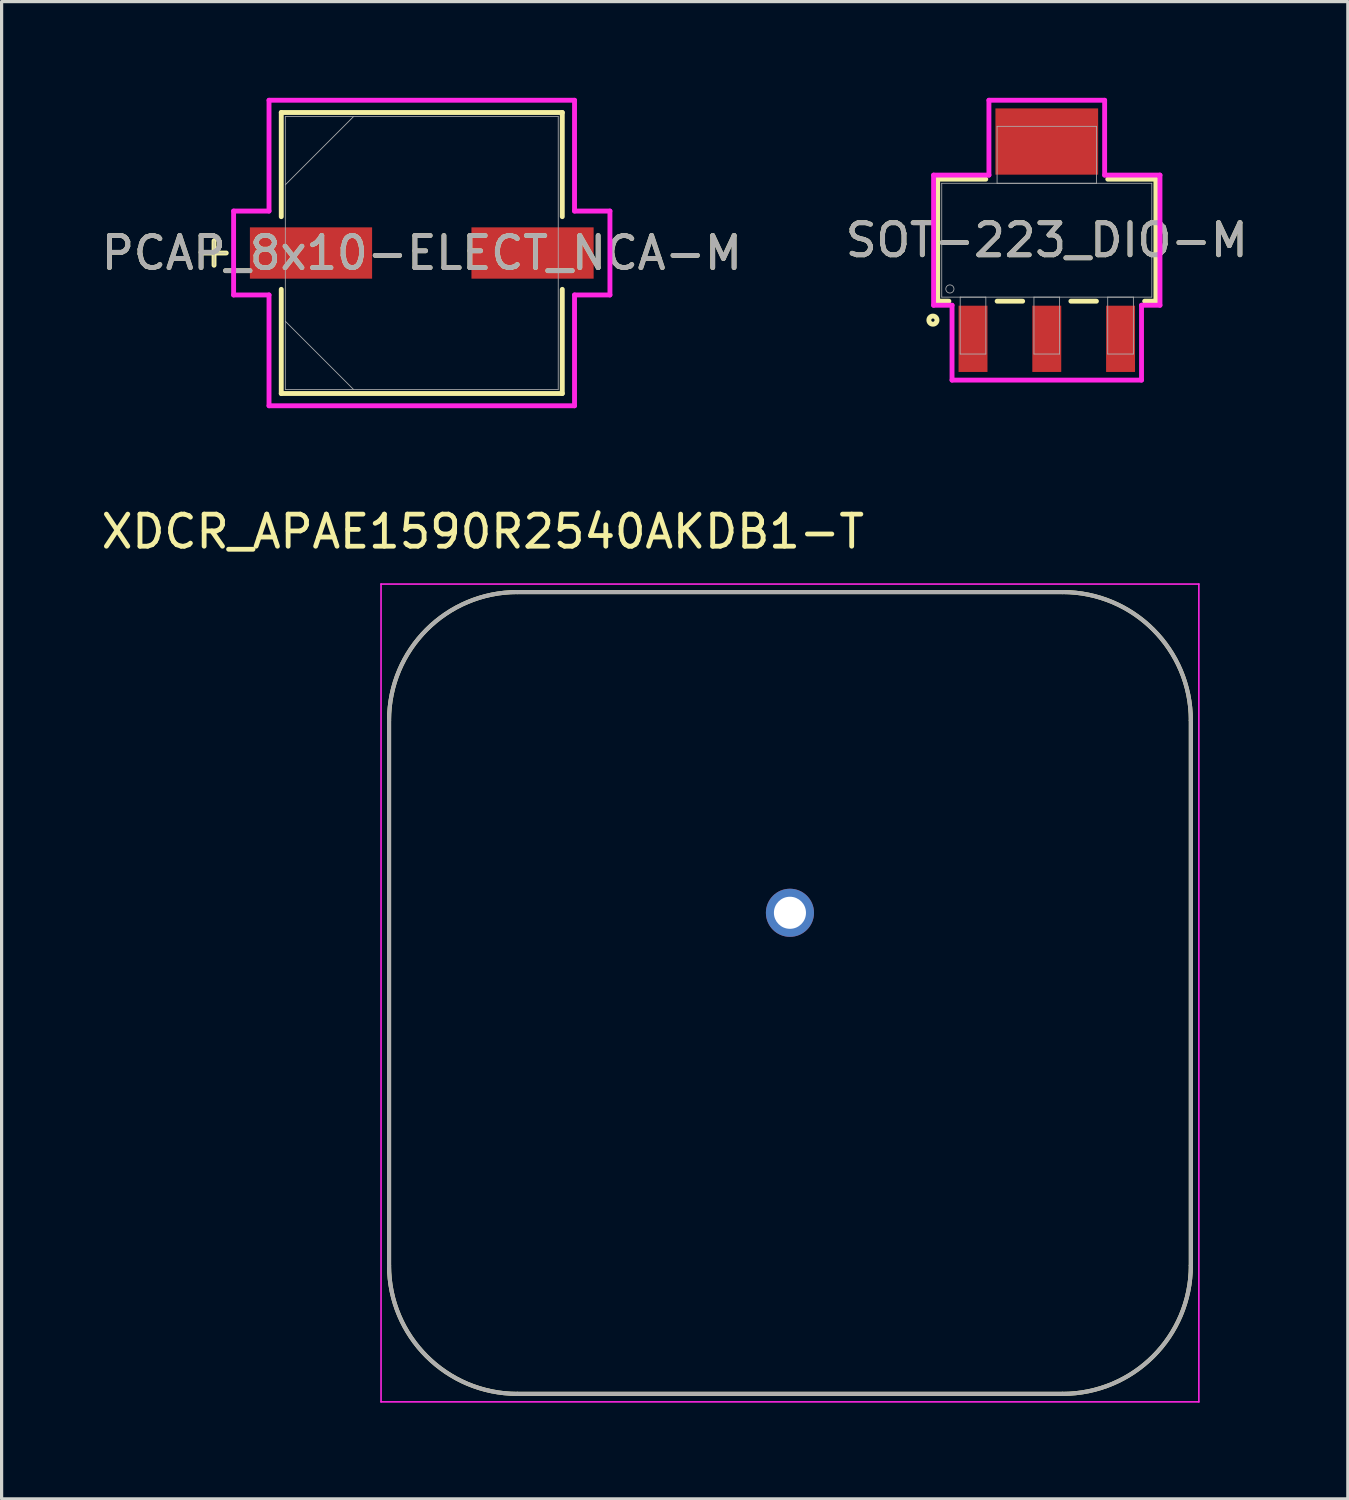
<source format=kicad_pcb>
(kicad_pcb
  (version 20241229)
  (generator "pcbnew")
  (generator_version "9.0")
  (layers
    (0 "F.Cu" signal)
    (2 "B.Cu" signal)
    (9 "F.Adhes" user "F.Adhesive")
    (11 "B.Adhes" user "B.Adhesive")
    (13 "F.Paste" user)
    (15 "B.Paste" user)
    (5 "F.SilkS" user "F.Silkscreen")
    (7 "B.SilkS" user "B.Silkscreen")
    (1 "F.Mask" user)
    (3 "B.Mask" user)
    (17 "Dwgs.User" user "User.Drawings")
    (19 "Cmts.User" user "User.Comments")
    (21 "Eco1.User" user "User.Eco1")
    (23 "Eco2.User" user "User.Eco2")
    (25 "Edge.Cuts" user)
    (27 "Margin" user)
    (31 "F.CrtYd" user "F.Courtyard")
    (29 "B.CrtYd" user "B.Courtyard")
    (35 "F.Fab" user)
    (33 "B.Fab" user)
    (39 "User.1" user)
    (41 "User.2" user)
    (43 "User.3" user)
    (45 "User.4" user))
  (footprint "SOT-223_DIO-M"
    (layer "F.Cu")
    (at 29.589 4.439)
    (property "Reference" "SOT-223_DIO-M" (at 0 0 0) (unlocked yes) (layer "F.SilkS") (effects (font (size 1 1) (thickness 0.15))))
    (attr smd)
    (fp_line (start -3.402 -1.902) (end -3.402 1.902) (stroke (width 0.152) (type solid)) (layer "F.SilkS"))
    (fp_line (start -3.402 1.902) (end -3.052 1.902) (stroke (width 0.152) (type solid)) (layer "F.SilkS"))
    (fp_line (start -1.902 -1.902) (end -3.402 -1.902) (stroke (width 0.152) (type solid)) (layer "F.SilkS"))
    (fp_line (start -1.548 1.902) (end -0.752 1.902) (stroke (width 0.152) (type solid)) (layer "F.SilkS"))
    (fp_line (start 0.752 1.902) (end 1.548 1.902) (stroke (width 0.152) (type solid)) (layer "F.SilkS"))
    (fp_line (start 3.052 1.902) (end 3.402 1.902) (stroke (width 0.152) (type solid)) (layer "F.SilkS"))
    (fp_line (start 3.402 -1.902) (end 1.902 -1.902) (stroke (width 0.152) (type solid)) (layer "F.SilkS"))
    (fp_line (start 3.402 1.902) (end 3.402 -1.902) (stroke (width 0.152) (type solid)) (layer "F.SilkS"))
    (fp_circle (center -3.55 2.493) (end -3.423 2.493) (stroke (width 0.152) (type solid)) (fill no) (layer "F.SilkS"))
    (fp_line (start -3.529 -2.029) (end -1.804 -2.029) (stroke (width 0.152) (type solid)) (layer "F.CrtYd"))
    (fp_line (start -3.529 2.029) (end -3.529 -2.029) (stroke (width 0.152) (type solid)) (layer "F.CrtYd"))
    (fp_line (start -2.954 2.029) (end -3.529 2.029) (stroke (width 0.152) (type solid)) (layer "F.CrtYd"))
    (fp_line (start -2.954 4.363) (end -2.954 2.029) (stroke (width 0.152) (type solid)) (layer "F.CrtYd"))
    (fp_line (start -1.804 -4.363) (end 1.804 -4.363) (stroke (width 0.152) (type solid)) (layer "F.CrtYd"))
    (fp_line (start -1.804 -2.029) (end -1.804 -4.363) (stroke (width 0.152) (type solid)) (layer "F.CrtYd"))
    (fp_line (start 1.804 -4.363) (end 1.804 -2.029) (stroke (width 0.152) (type solid)) (layer "F.CrtYd"))
    (fp_line (start 1.804 -2.029) (end 3.529 -2.029) (stroke (width 0.152) (type solid)) (layer "F.CrtYd"))
    (fp_line (start 2.954 2.029) (end 2.954 4.363) (stroke (width 0.152) (type solid)) (layer "F.CrtYd"))
    (fp_line (start 2.954 4.363) (end -2.954 4.363) (stroke (width 0.152) (type solid)) (layer "F.CrtYd"))
    (fp_line (start 3.529 -2.029) (end 3.529 2.029) (stroke (width 0.152) (type solid)) (layer "F.CrtYd"))
    (fp_line (start 3.529 2.029) (end 2.954 2.029) (stroke (width 0.152) (type solid)) (layer "F.CrtYd"))
    (fp_line (start -3.275 -1.775) (end -3.275 1.775) (stroke (width 0.025) (type solid)) (layer "F.Fab"))
    (fp_line (start -3.275 1.775) (end 3.275 1.775) (stroke (width 0.025) (type solid)) (layer "F.Fab"))
    (fp_line (start -2.7 1.775) (end -2.7 3.55) (stroke (width 0.025) (type solid)) (layer "F.Fab"))
    (fp_line (start -2.7 3.55) (end -1.9 3.55) (stroke (width 0.025) (type solid)) (layer "F.Fab"))
    (fp_line (start -1.9 1.775) (end -2.7 1.775) (stroke (width 0.025) (type solid)) (layer "F.Fab"))
    (fp_line (start -1.9 3.55) (end -1.9 1.775) (stroke (width 0.025) (type solid)) (layer "F.Fab"))
    (fp_line (start -1.55 -3.55) (end -1.55 -1.775) (stroke (width 0.025) (type solid)) (layer "F.Fab"))
    (fp_line (start -1.55 -1.775) (end 1.55 -1.775) (stroke (width 0.025) (type solid)) (layer "F.Fab"))
    (fp_line (start -0.4 1.775) (end -0.4 3.55) (stroke (width 0.025) (type solid)) (layer "F.Fab"))
    (fp_line (start -0.4 3.55) (end 0.4 3.55) (stroke (width 0.025) (type solid)) (layer "F.Fab"))
    (fp_line (start 0.4 1.775) (end -0.4 1.775) (stroke (width 0.025) (type solid)) (layer "F.Fab"))
    (fp_line (start 0.4 3.55) (end 0.4 1.775) (stroke (width 0.025) (type solid)) (layer "F.Fab"))
    (fp_line (start 1.55 -3.55) (end -1.55 -3.55) (stroke (width 0.025) (type solid)) (layer "F.Fab"))
    (fp_line (start 1.55 -1.775) (end 1.55 -3.55) (stroke (width 0.025) (type solid)) (layer "F.Fab"))
    (fp_line (start 1.9 1.775) (end 1.9 3.55) (stroke (width 0.025) (type solid)) (layer "F.Fab"))
    (fp_line (start 1.9 3.55) (end 2.7 3.55) (stroke (width 0.025) (type solid)) (layer "F.Fab"))
    (fp_line (start 2.7 1.775) (end 1.9 1.775) (stroke (width 0.025) (type solid)) (layer "F.Fab"))
    (fp_line (start 2.7 3.55) (end 2.7 1.775) (stroke (width 0.025) (type solid)) (layer "F.Fab"))
    (fp_line (start 3.275 -1.775) (end -3.275 -1.775) (stroke (width 0.025) (type solid)) (layer "F.Fab"))
    (fp_line (start 3.275 1.775) (end 3.275 -1.775) (stroke (width 0.025) (type solid)) (layer "F.Fab"))
    (fp_circle (center -3.021 1.521) (end -2.894 1.521) (stroke (width 0.025) (type solid)) (fill no) (layer "F.Fab"))
    (fp_text user "${REFERENCE}" (at 0 0 0) (unlocked yes) (layer "F.Fab") (effects (font (size 1 1) (thickness 0.15))))
    (pad "1" smd rect (at -2.3 3.076) (size 0.902 2.066) (layers "F.Cu" "F.Mask" "F.Paste"))
    (pad "2" smd rect (at 0 3.076) (size 0.902 2.066) (layers "F.Cu" "F.Mask" "F.Paste"))
    (pad "3" smd rect (at 2.3 3.076) (size 0.902 2.066) (layers "F.Cu" "F.Mask" "F.Paste"))
    (pad "4" smd rect (at 0 -3.076) (size 3.202 2.066) (layers "F.Cu" "F.Mask" "F.Paste")))
  (footprint "XDCR_APAE1590R2540AKDB1-T"
    (layer "F.Cu")
    (at 21.581 27.911)
    (property "Reference" "XDCR_APAE1590R2540AKDB1-T" (at -9.575 -14.385 0) (layer "F.SilkS") (effects (font (size 1 1) (thickness 0.15))))
    (attr through_hole)
    (fp_line (start -12.5 8.5) (end -12.5 -8.5) (stroke (width 0.127) (type solid)) (layer "F.SilkS"))
    (fp_line (start -8.5 -12.5) (end 8.5 -12.5) (stroke (width 0.127) (type solid)) (layer "F.SilkS"))
    (fp_line (start 8.5 12.5) (end -8.5 12.5) (stroke (width 0.127) (type solid)) (layer "F.SilkS"))
    (fp_line (start 12.5 -8.5) (end 12.5 8.5) (stroke (width 0.127) (type solid)) (layer "F.SilkS"))
    (fp_arc (start -12.5 -8.5) (mid -11.328427 -11.328427) (end -8.5 -12.5) (stroke (width 0.127) (type solid)) (layer "F.SilkS"))
    (fp_arc (start -8.5 12.5) (mid -11.328427 11.328427) (end -12.5 8.5) (stroke (width 0.127) (type solid)) (layer "F.SilkS"))
    (fp_arc (start 8.5 -12.5) (mid 11.328427 -11.328427) (end 12.5 -8.5) (stroke (width 0.127) (type solid)) (layer "F.SilkS"))
    (fp_arc (start 12.5 8.5) (mid 11.328427 11.328427) (end 8.5 12.5) (stroke (width 0.127) (type solid)) (layer "F.SilkS"))
    (fp_line (start -12.75 -12.75) (end -12.75 12.75) (stroke (width 0.05) (type solid)) (layer "F.CrtYd"))
    (fp_line (start -12.75 12.75) (end 12.75 12.75) (stroke (width 0.05) (type solid)) (layer "F.CrtYd"))
    (fp_line (start 12.75 -12.75) (end -12.75 -12.75) (stroke (width 0.05) (type solid)) (layer "F.CrtYd"))
    (fp_line (start 12.75 12.75) (end 12.75 -12.75) (stroke (width 0.05) (type solid)) (layer "F.CrtYd"))
    (fp_line (start -12.5 8.5) (end -12.5 -8.5) (stroke (width 0.127) (type solid)) (layer "F.Fab"))
    (fp_line (start -8.5 -12.5) (end 8.5 -12.5) (stroke (width 0.127) (type solid)) (layer "F.Fab"))
    (fp_line (start 8.5 12.5) (end -8.5 12.5) (stroke (width 0.127) (type solid)) (layer "F.Fab"))
    (fp_line (start 12.5 -8.5) (end 12.5 8.5) (stroke (width 0.127) (type solid)) (layer "F.Fab"))
    (fp_arc (start -12.5 -8.5) (mid -11.328427 -11.328427) (end -8.5 -12.5) (stroke (width 0.127) (type solid)) (layer "F.Fab"))
    (fp_arc (start -8.5 12.5) (mid -11.328427 11.328427) (end -12.5 8.5) (stroke (width 0.127) (type solid)) (layer "F.Fab"))
    (fp_arc (start 8.5 -12.5) (mid 11.328427 -11.328427) (end 12.5 -8.5) (stroke (width 0.127) (type solid)) (layer "F.Fab"))
    (fp_arc (start 12.5 8.5) (mid 11.328427 11.328427) (end 8.5 12.5) (stroke (width 0.127) (type solid)) (layer "F.Fab"))
    (pad "1" thru_hole circle (at 0 -2.5) (size 1.5 1.5) (drill 1) (layers "*.Cu" "*.Mask")))
  (footprint "PCAP_8x10-ELECT_NCA-M"
    (layer "F.Cu")
    (at 10.101 4.839)
    (property "Reference" "PCAP_8x10-ELECT_NCA-M" (at 0 0 0) (unlocked yes) (layer "F.SilkS") (effects (font (size 1 1) (thickness 0.15))))
    (attr smd)
    (fp_line (start -6.477 -0.381) (end -6.477 0.381) (stroke (width 0.152) (type solid)) (layer "F.SilkS"))
    (fp_line (start -6.096 0) (end -6.858 0) (stroke (width 0.152) (type solid)) (layer "F.SilkS"))
    (fp_line (start -4.381 -4.381) (end -4.381 -1.133) (stroke (width 0.152) (type solid)) (layer "F.SilkS"))
    (fp_line (start -4.381 1.133) (end -4.381 4.381) (stroke (width 0.152) (type solid)) (layer "F.SilkS"))
    (fp_line (start -4.381 4.381) (end 4.381 4.381) (stroke (width 0.152) (type solid)) (layer "F.SilkS"))
    (fp_line (start 4.381 -4.381) (end -4.381 -4.381) (stroke (width 0.152) (type solid)) (layer "F.SilkS"))
    (fp_line (start 4.381 -1.133) (end 4.381 -4.381) (stroke (width 0.152) (type solid)) (layer "F.SilkS"))
    (fp_line (start 4.381 4.381) (end 4.381 1.133) (stroke (width 0.152) (type solid)) (layer "F.SilkS"))
    (fp_line (start -5.867 -1.308) (end -4.763 -1.308) (stroke (width 0.152) (type solid)) (layer "F.CrtYd"))
    (fp_line (start -5.867 1.308) (end -5.867 -1.308) (stroke (width 0.152) (type solid)) (layer "F.CrtYd"))
    (fp_line (start -4.763 -4.763) (end 4.763 -4.763) (stroke (width 0.152) (type solid)) (layer "F.CrtYd"))
    (fp_line (start -4.763 -1.308) (end -4.763 -4.763) (stroke (width 0.152) (type solid)) (layer "F.CrtYd"))
    (fp_line (start -4.763 1.308) (end -5.867 1.308) (stroke (width 0.152) (type solid)) (layer "F.CrtYd"))
    (fp_line (start -4.763 4.763) (end -4.763 1.308) (stroke (width 0.152) (type solid)) (layer "F.CrtYd"))
    (fp_line (start 4.763 -4.763) (end 4.763 -1.308) (stroke (width 0.152) (type solid)) (layer "F.CrtYd"))
    (fp_line (start 4.763 -1.308) (end 5.867 -1.308) (stroke (width 0.152) (type solid)) (layer "F.CrtYd"))
    (fp_line (start 4.763 1.308) (end 4.763 4.763) (stroke (width 0.152) (type solid)) (layer "F.CrtYd"))
    (fp_line (start 4.763 4.763) (end -4.763 4.763) (stroke (width 0.152) (type solid)) (layer "F.CrtYd"))
    (fp_line (start 5.867 -1.308) (end 5.867 1.308) (stroke (width 0.152) (type solid)) (layer "F.CrtYd"))
    (fp_line (start 5.867 1.308) (end 4.763 1.308) (stroke (width 0.152) (type solid)) (layer "F.CrtYd"))
    (fp_line (start -6.477 -0.381) (end -6.477 0.381) (stroke (width 0.025) (type solid)) (layer "F.Fab"))
    (fp_line (start -6.096 0) (end -6.858 0) (stroke (width 0.025) (type solid)) (layer "F.Fab"))
    (fp_line (start -4.255 -4.255) (end -4.255 4.255) (stroke (width 0.025) (type solid)) (layer "F.Fab"))
    (fp_line (start -4.255 -2.127) (end -2.127 -4.255) (stroke (width 0.025) (type solid)) (layer "F.Fab"))
    (fp_line (start -4.255 2.127) (end -2.127 4.255) (stroke (width 0.025) (type solid)) (layer "F.Fab"))
    (fp_line (start -4.255 4.255) (end 4.255 4.255) (stroke (width 0.025) (type solid)) (layer "F.Fab"))
    (fp_line (start 4.255 -4.255) (end -4.255 -4.255) (stroke (width 0.025) (type solid)) (layer "F.Fab"))
    (fp_line (start 4.255 4.255) (end 4.255 -4.255) (stroke (width 0.025) (type solid)) (layer "F.Fab"))
    (fp_text user "${REFERENCE}" (at 0 0 0) (unlocked yes) (layer "F.Fab") (effects (font (size 1 1) (thickness 0.15))))
    (pad "1" smd rect (at -3.454 0) (size 3.81 1.6) (layers "F.Cu" "F.Mask" "F.Paste"))
    (pad "2" smd rect (at 3.454 0) (size 3.81 1.6) (layers "F.Cu" "F.Mask" "F.Paste"))
    (zone (net_name "") (layer "F.Cu") (hatch full 0.508) (connect_pads) (min_thickness 0.254) (filled_areas_thickness no) (keepout (tracks not_allowed) (vias not_allowed) (pads allowed) (copperpour not_allowed) (footprints allowed)) (placement (enabled no)) (fill) (polygon (pts (xy 5.897 0.635) (xy 14.305 0.635) (xy 14.305 3.988) (xy 5.897 3.988))))
    (zone (net_name "") (layer "F.Cu") (hatch full 0.508) (connect_pads) (min_thickness 0.254) (filled_areas_thickness no) (keepout (tracks not_allowed) (vias not_allowed) (pads allowed) (copperpour not_allowed) (footprints allowed)) (placement (enabled no)) (fill) (polygon (pts (xy 5.897 5.69) (xy 14.305 5.69) (xy 14.305 9.042) (xy 5.897 9.042))))
    (zone (net_name "") (layer "F.Cu") (hatch full 0.508) (connect_pads) (min_thickness 0.254) (filled_areas_thickness no) (keepout (tracks not_allowed) (vias not_allowed) (pads allowed) (copperpour not_allowed) (footprints allowed)) (placement (enabled no)) (fill) (polygon (pts (xy 8.603 3.988) (xy 11.6 3.988) (xy 11.6 5.69) (xy 8.603 5.69)))))
  (gr_rect
    (start -3 -3)
    (end 38.976 43.686)
    (stroke (width 0.1) (type default))
    (fill no)
    (layer "Edge.Cuts")))
</source>
